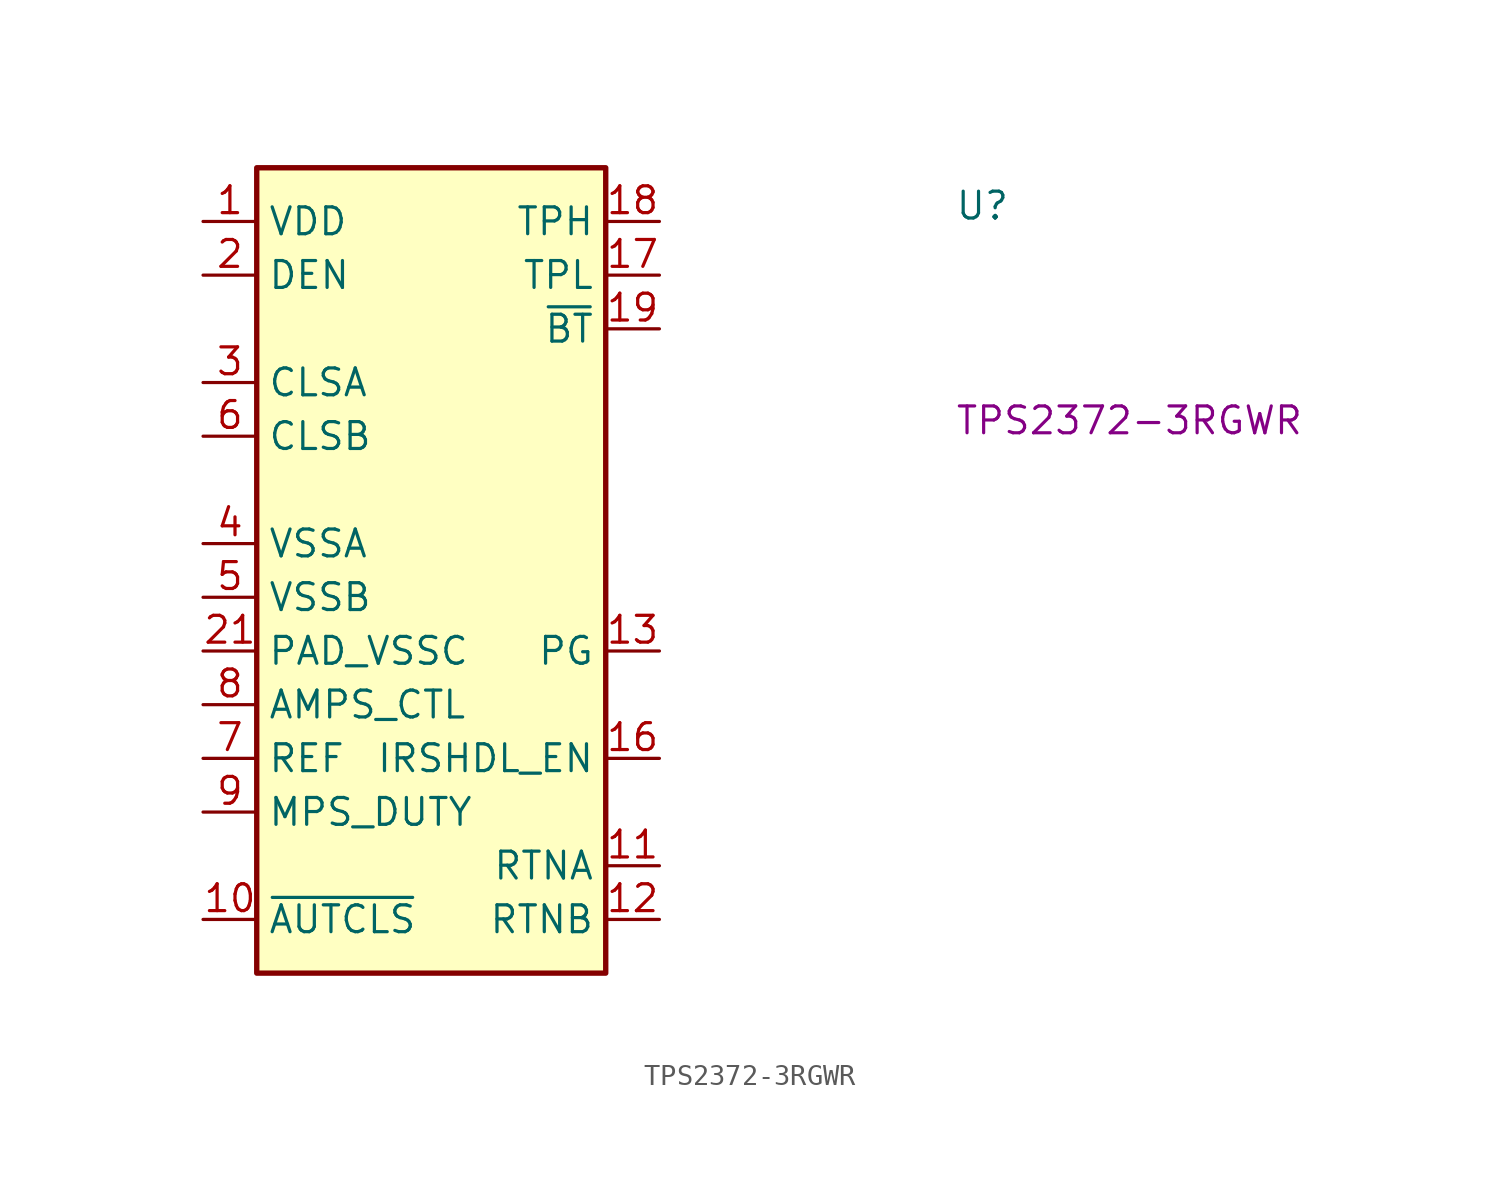
<source format=kicad_sym>
(kicad_symbol_lib
  (version 20220914)
  (generator kicad_symbol_editor)
  (symbol "TPS2372-3RGWR"
    (property "Reference" "U"
      (at 35.56 0 0)
      (effects (font (size 1.27 1.27) (thickness 0.15)) (justify left bottom)))
    (property "MPN" "TPS2372-3RGWR"
      (at 35.56 -10.16 0)
      (effects (font (size 1.27 1.27) (thickness 0.15)) (justify left bottom)))
    (symbol "TPS2372-3RGWR_1_1"
      (rectangle (start 2.54 2.54) (end 19.05 -35.56) (stroke (width 0.254) (type default)) (fill (type background)))
      (pin power_in line (at 0 0 0) (length 2.54) (name "VDD" (effects (font (size 1.27 1.27)))) (number "1" (effects (font (size 1.27 1.27)))))
      (pin input line (at 0 -33.02 0) (length 2.54) (name "~{AUTCLS}" (effects (font (size 1.27 1.27)))) (number "10" (effects (font (size 1.27 1.27)))))
      (pin output line (at 21.59 -30.48 180) (length 2.54) (name "RTNA" (effects (font (size 1.27 1.27)))) (number "11" (effects (font (size 1.27 1.27)))))
      (pin output line (at 21.59 -33.02 180) (length 2.54) (name "RTNB" (effects (font (size 1.27 1.27)))) (number "12" (effects (font (size 1.27 1.27)))))
      (pin output line (at 21.59 -20.32 180) (length 2.54) (name "PG" (effects (font (size 1.27 1.27)))) (number "13" (effects (font (size 1.27 1.27)))))
      (pin no_connect line (at 19.05 -15.24 180) (length 2.54) hide (name "NC" (effects (font (size 1.27 1.27)))) (number "14" (effects (font (size 1.27 1.27)))))
      (pin no_connect line (at 19.05 -12.7 180) (length 2.54) hide (name "NC" (effects (font (size 1.27 1.27)))) (number "15" (effects (font (size 1.27 1.27)))))
      (pin output line (at 21.59 -25.4 180) (length 2.54) (name "IRSHDL_EN" (effects (font (size 1.27 1.27)))) (number "16" (effects (font (size 1.27 1.27)))))
      (pin output line (at 21.59 -2.54 180) (length 2.54) (name "TPL" (effects (font (size 1.27 1.27)))) (number "17" (effects (font (size 1.27 1.27)))))
      (pin output line (at 21.59 0 180) (length 2.54) (name "TPH" (effects (font (size 1.27 1.27)))) (number "18" (effects (font (size 1.27 1.27)))))
      (pin output line (at 21.59 -5.08 180) (length 2.54) (name "~{BT}" (effects (font (size 1.27 1.27)))) (number "19" (effects (font (size 1.27 1.27)))))
      (pin input line (at 0 -2.54 0) (length 2.54) (name "DEN" (effects (font (size 1.27 1.27)))) (number "2" (effects (font (size 1.27 1.27)))))
      (pin no_connect line (at 19.05 -10.16 180) (length 2.54) hide (name "NC" (effects (font (size 1.27 1.27)))) (number "20" (effects (font (size 1.27 1.27)))))
      (pin power_in line (at 0 -20.32 0) (length 2.54) (name "PAD_VSSC" (effects (font (size 1.27 1.27)))) (number "21" (effects (font (size 1.27 1.27)))))
      (pin input line (at 0 -7.62 0) (length 2.54) (name "CLSA" (effects (font (size 1.27 1.27)))) (number "3" (effects (font (size 1.27 1.27)))))
      (pin power_in line (at 0 -15.24 0) (length 2.54) (name "VSSA" (effects (font (size 1.27 1.27)))) (number "4" (effects (font (size 1.27 1.27)))))
      (pin power_in line (at 0 -17.78 0) (length 2.54) (name "VSSB" (effects (font (size 1.27 1.27)))) (number "5" (effects (font (size 1.27 1.27)))))
      (pin input line (at 0 -10.16 0) (length 2.54) (name "CLSB" (effects (font (size 1.27 1.27)))) (number "6" (effects (font (size 1.27 1.27)))))
      (pin input line (at 0 -25.4 0) (length 2.54) (name "REF" (effects (font (size 1.27 1.27)))) (number "7" (effects (font (size 1.27 1.27)))))
      (pin input line (at 0 -22.86 0) (length 2.54) (name "AMPS_CTL" (effects (font (size 1.27 1.27)))) (number "8" (effects (font (size 1.27 1.27)))))
      (pin input line (at 0 -27.94 0) (length 2.54) (name "MPS_DUTY" (effects (font (size 1.27 1.27)))) (number "9" (effects (font (size 1.27 1.27))))))))
</source>
